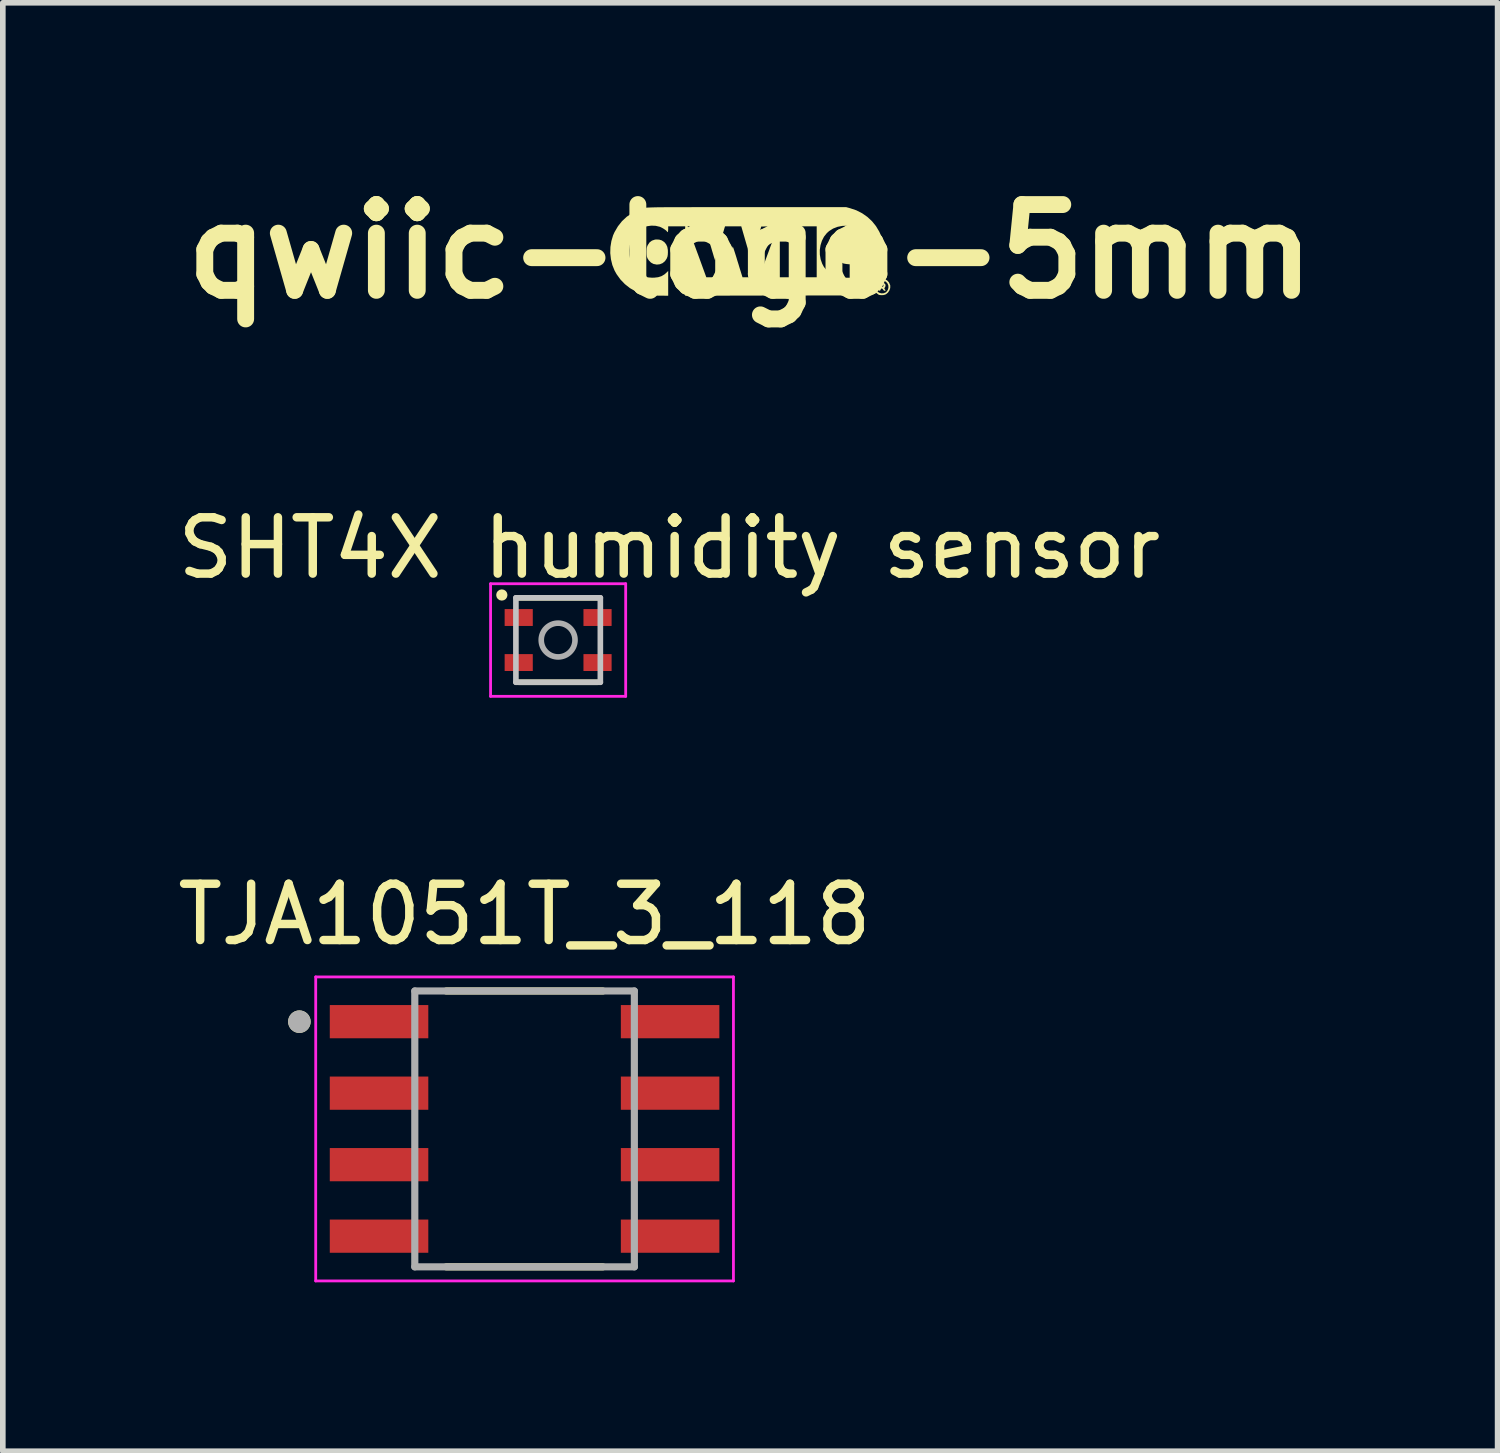
<source format=kicad_pcb>
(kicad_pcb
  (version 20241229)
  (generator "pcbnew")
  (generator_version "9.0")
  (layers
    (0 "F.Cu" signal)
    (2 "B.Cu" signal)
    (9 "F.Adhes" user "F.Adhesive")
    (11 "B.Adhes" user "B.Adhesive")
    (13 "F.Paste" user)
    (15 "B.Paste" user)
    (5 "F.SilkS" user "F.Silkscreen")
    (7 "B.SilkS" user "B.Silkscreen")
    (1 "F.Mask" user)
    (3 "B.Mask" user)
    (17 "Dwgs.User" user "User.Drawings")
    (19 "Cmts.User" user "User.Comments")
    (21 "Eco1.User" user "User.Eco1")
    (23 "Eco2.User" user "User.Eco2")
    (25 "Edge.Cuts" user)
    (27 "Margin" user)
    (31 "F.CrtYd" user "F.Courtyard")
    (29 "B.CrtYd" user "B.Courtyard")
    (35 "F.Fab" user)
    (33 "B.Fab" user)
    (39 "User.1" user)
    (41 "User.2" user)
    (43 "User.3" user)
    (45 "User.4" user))
  (footprint "SHT4X humidity sensor"
    (layer "F.Cu")
    (at 6.864 8.319)
    (property "Reference" "SHT4X humidity sensor" (at 1.975 -1.635 0) (layer "F.SilkS") (effects (font (size 1 1) (thickness 0.15))))
    (attr smd)
    (fp_line (start -0.7 -0.75) (end 0.7 -0.75) (stroke (width 0.1) (type solid)) (layer "F.SilkS"))
    (fp_line (start -0.7 0.75) (end 0.7 0.75) (stroke (width 0.1) (type solid)) (layer "F.SilkS"))
    (fp_circle (center -1 -0.8) (end -0.95 -0.8) (stroke (width 0.1) (type solid)) (fill no) (layer "F.SilkS"))
    (fp_line (start -0.75 -0.75) (end -0.75 0.75) (stroke (width 0.1) (type solid)) (layer "Dwgs.User"))
    (fp_line (start -0.75 0.75) (end 0.75 0.75) (stroke (width 0.1) (type solid)) (layer "Dwgs.User"))
    (fp_line (start 0.75 -0.75) (end -0.75 -0.75) (stroke (width 0.1) (type solid)) (layer "Dwgs.User"))
    (fp_line (start 0.75 0.75) (end 0.75 -0.75) (stroke (width 0.1) (type solid)) (layer "Dwgs.User"))
    (fp_line (start -1.2 -1) (end -1.2 1) (stroke (width 0.05) (type solid)) (layer "F.CrtYd"))
    (fp_line (start -1.2 1) (end 1.2 1) (stroke (width 0.05) (type solid)) (layer "F.CrtYd"))
    (fp_line (start 1.2 -1) (end -1.2 -1) (stroke (width 0.05) (type solid)) (layer "F.CrtYd"))
    (fp_line (start 1.2 1) (end 1.2 -1) (stroke (width 0.05) (type solid)) (layer "F.CrtYd"))
    (fp_circle (center 0 0) (end 0.3 0) (stroke (width 0.1) (type solid)) (fill no) (layer "F.Fab"))
    (pad "1" smd rect (at -0.7 -0.4) (size 0.5 0.3) (layers "F.Cu" "F.Mask" "F.Paste"))
    (pad "2" smd rect (at -0.7 0.4) (size 0.5 0.3) (layers "F.Cu" "F.Mask" "F.Paste"))
    (pad "3" smd rect (at 0.7 0.4) (size 0.5 0.3) (layers "F.Cu" "F.Mask" "F.Paste"))
    (pad "4" smd rect (at 0.7 -0.4) (size 0.5 0.3) (layers "F.Cu" "F.Mask" "F.Paste")))
  (footprint "qwiic-logo-5mm"
    (layer "F.Cu")
    (at 10.276 1.418)
    (property "Reference" "qwiic-logo-5mm" (at 0 0 0) (layer "F.SilkS") (effects (font (size 1.524 1.524) (thickness 0.3))))
    (attr board_only exclude_from_pos_files exclude_from_bom)
    (fp_poly (pts (xy -1.618 -0.212) (xy -1.571 -0.198) (xy -1.529 -0.17) (xy -1.525 -0.167) (xy -1.494 -0.129) (xy -1.473 -0.084) (xy -1.463 -0.028) (xy -1.462 0.013) (xy -1.464 0.056) (xy -1.469 0.088) (xy -1.48 0.117) (xy -1.482 0.123) (xy -1.514 0.171) (xy -1.556 0.206) (xy -1.605 0.226) (xy -1.659 0.232) (xy -1.715 0.221) (xy -1.719 0.22) (xy -1.763 0.196) (xy -1.801 0.157) (xy -1.822 0.125) (xy -1.831 0.104) (xy -1.837 0.082) (xy -1.84 0.052) (xy -1.841 0.01) (xy -1.841 0.008) (xy -1.84 -0.033) (xy -1.838 -0.062) (xy -1.832 -0.085) (xy -1.823 -0.108) (xy -1.819 -0.116) (xy -1.787 -0.163) (xy -1.745 -0.194) (xy -1.695 -0.211) (xy -1.674 -0.214)) (stroke (width 0) (type solid)) (fill yes) (layer "F.SilkS"))
    (fp_poly (pts (xy 2.366 0.557) (xy 2.391 0.571) (xy 2.404 0.592) (xy 2.402 0.618) (xy 2.392 0.637) (xy 2.383 0.652) (xy 2.385 0.663) (xy 2.392 0.672) (xy 2.404 0.688) (xy 2.402 0.696) (xy 2.388 0.698) (xy 2.371 0.691) (xy 2.361 0.677) (xy 2.348 0.66) (xy 2.333 0.656) (xy 2.321 0.664) (xy 2.318 0.675) (xy 2.31 0.691) (xy 2.3 0.697) (xy 2.293 0.696) (xy 2.288 0.69) (xy 2.286 0.674) (xy 2.285 0.645) (xy 2.285 0.626) (xy 2.285 0.604) (xy 2.319 0.604) (xy 2.321 0.622) (xy 2.329 0.628) (xy 2.343 0.628) (xy 2.361 0.622) (xy 2.367 0.608) (xy 2.367 0.604) (xy 2.363 0.587) (xy 2.348 0.58) (xy 2.343 0.579) (xy 2.327 0.579) (xy 2.32 0.588) (xy 2.319 0.604) (xy 2.285 0.604) (xy 2.285 0.552) (xy 2.328 0.552)) (stroke (width 0) (type solid)) (fill yes) (layer "F.SilkS"))
    (fp_poly (pts (xy 2.391 0.491) (xy 2.433 0.513) (xy 2.465 0.548) (xy 2.485 0.594) (xy 2.488 0.605) (xy 2.487 0.648) (xy 2.473 0.69) (xy 2.448 0.728) (xy 2.414 0.757) (xy 2.4 0.764) (xy 2.368 0.773) (xy 2.332 0.775) (xy 2.299 0.772) (xy 2.28 0.766) (xy 2.239 0.735) (xy 2.211 0.697) (xy 2.195 0.654) (xy 2.194 0.63) (xy 2.229 0.63) (xy 2.23 0.66) (xy 2.234 0.68) (xy 2.245 0.697) (xy 2.256 0.708) (xy 2.29 0.731) (xy 2.329 0.743) (xy 2.369 0.741) (xy 2.405 0.727) (xy 2.416 0.719) (xy 2.443 0.684) (xy 2.455 0.645) (xy 2.454 0.605) (xy 2.439 0.568) (xy 2.412 0.538) (xy 2.374 0.517) (xy 2.373 0.516) (xy 2.333 0.512) (xy 2.293 0.523) (xy 2.257 0.549) (xy 2.254 0.552) (xy 2.239 0.57) (xy 2.232 0.588) (xy 2.229 0.612) (xy 2.229 0.63) (xy 2.194 0.63) (xy 2.194 0.61) (xy 2.207 0.567) (xy 2.227 0.538) (xy 2.262 0.505) (xy 2.299 0.488) (xy 2.341 0.483)) (stroke (width 0) (type solid)) (fill yes) (layer "F.SilkS"))
    (fp_poly (pts (xy 1.776 -0.769) (xy 1.886 -0.732) (xy 1.988 -0.68) (xy 2.081 -0.615) (xy 2.164 -0.538) (xy 2.234 -0.451) (xy 2.292 -0.354) (xy 2.308 -0.319) (xy 2.331 -0.261) (xy 2.348 -0.208) (xy 2.359 -0.155) (xy 2.366 -0.097) (xy 2.369 -0.038) (xy 2.367 0.075) (xy 2.352 0.178) (xy 2.323 0.275) (xy 2.279 0.368) (xy 2.241 0.431) (xy 2.17 0.522) (xy 2.086 0.602) (xy 1.992 0.669) (xy 1.888 0.722) (xy 1.775 0.761) (xy 1.775 0.761) (xy 1.703 0.78) (xy 0.274 0.782) (xy -1.155 0.785) (xy -1.155 -0.448) (xy -1.112 -0.448) (xy -1.096 -0.407) (xy -1.09 -0.391) (xy -1.079 -0.361) (xy -1.063 -0.317) (xy -1.043 -0.263) (xy -1.02 -0.2) (xy -0.994 -0.128) (xy -0.966 -0.052) (xy -0.936 0.03) (xy -0.93 0.045) (xy -0.78 0.457) (xy -0.484 0.457) (xy -0.445 0.334) (xy -0.429 0.281) (xy -0.409 0.218) (xy -0.388 0.152) (xy -0.369 0.089) (xy -0.361 0.065) (xy -0.346 0.017) (xy -0.333 -0.025) (xy -0.322 -0.058) (xy -0.314 -0.08) (xy -0.311 -0.088) (xy -0.307 -0.082) (xy -0.299 -0.061) (xy -0.288 -0.029) (xy -0.274 0.014) (xy -0.258 0.064) (xy -0.246 0.102) (xy -0.228 0.163) (xy -0.209 0.223) (xy -0.192 0.28) (xy -0.177 0.329) (xy -0.165 0.366) (xy -0.162 0.377) (xy -0.137 0.457) (xy 0.16 0.457) (xy 0.526 0.457) (xy 0.828 0.457) (xy 0.879 0.457) (xy 1.181 0.457) (xy 1.181 -0.029) (xy 1.236 -0.029) (xy 1.237 0.055) (xy 1.251 0.138) (xy 1.279 0.217) (xy 1.309 0.273) (xy 1.361 0.338) (xy 1.424 0.39) (xy 1.497 0.429) (xy 1.58 0.453) (xy 1.673 0.464) (xy 1.692 0.465) (xy 1.767 0.466) (xy 1.767 0.227) (xy 1.711 0.222) (xy 1.659 0.213) (xy 1.618 0.193) (xy 1.586 0.161) (xy 1.564 0.123) (xy 1.544 0.068) (xy 1.538 0.009) (xy 1.543 -0.049) (xy 1.559 -0.103) (xy 1.587 -0.149) (xy 1.604 -0.167) (xy 1.646 -0.196) (xy 1.694 -0.212) (xy 1.736 -0.214) (xy 1.763 -0.211) (xy 1.766 -0.334) (xy 1.768 -0.457) (xy 1.74 -0.458) (xy 1.642 -0.456) (xy 1.552 -0.439) (xy 1.472 -0.408) (xy 1.401 -0.363) (xy 1.361 -0.327) (xy 1.311 -0.264) (xy 1.274 -0.192) (xy 1.249 -0.113) (xy 1.236 -0.029) (xy 1.181 -0.029) (xy 1.181 -0.448) (xy 0.879 -0.448) (xy 0.879 0.457) (xy 0.828 0.457) (xy 0.828 -0.448) (xy 0.526 -0.448) (xy 0.526 0.457) (xy 0.16 0.457) (xy 0.301 0.071) (xy 0.331 -0.009) (xy 0.359 -0.087) (xy 0.386 -0.159) (xy 0.41 -0.225) (xy 0.431 -0.283) (xy 0.448 -0.329) (xy 0.46 -0.364) (xy 0.467 -0.382) (xy 0.491 -0.449) (xy 0.344 -0.446) (xy 0.196 -0.444) (xy 0.109 -0.149) (xy 0.089 -0.081) (xy 0.07 -0.018) (xy 0.054 0.037) (xy 0.039 0.083) (xy 0.028 0.118) (xy 0.021 0.139) (xy 0.018 0.146) (xy 0.014 0.138) (xy 0.007 0.116) (xy -0.004 0.08) (xy -0.019 0.033) (xy -0.035 -0.022) (xy -0.054 -0.085) (xy -0.073 -0.151) (xy -0.159 -0.448) (xy -0.447 -0.448) (xy -0.456 -0.42) (xy -0.461 -0.404) (xy -0.47 -0.372) (xy -0.484 -0.327) (xy -0.501 -0.268) (xy -0.521 -0.198) (xy -0.544 -0.117) (xy -0.57 -0.027) (xy -0.599 0.071) (xy -0.61 0.111) (xy -0.624 0.158) (xy -0.634 0.128) (xy -0.639 0.113) (xy -0.648 0.084) (xy -0.66 0.042) (xy -0.676 -0.01) (xy -0.693 -0.069) (xy -0.713 -0.134) (xy -0.725 -0.175) (xy -0.805 -0.448) (xy -1.112 -0.448) (xy -1.155 -0.448) (xy -1.457 -0.448) (xy -1.457 -0.397) (xy -1.459 -0.367) (xy -1.464 -0.349) (xy -1.471 -0.344) (xy -1.479 -0.355) (xy -1.48 -0.358) (xy -1.49 -0.37) (xy -1.512 -0.387) (xy -1.54 -0.406) (xy -1.57 -0.423) (xy -1.597 -0.436) (xy -1.604 -0.439) (xy -1.68 -0.457) (xy -1.757 -0.46) (xy -1.834 -0.449) (xy -1.906 -0.424) (xy -1.973 -0.387) (xy -2.031 -0.338) (xy -2.078 -0.279) (xy -2.089 -0.26) (xy -2.119 -0.189) (xy -2.138 -0.11) (xy -2.146 -0.025) (xy -2.144 0.062) (xy -2.131 0.146) (xy -2.107 0.223) (xy -2.089 0.261) (xy -2.058 0.308) (xy -2.018 0.353) (xy -1.973 0.393) (xy -1.928 0.422) (xy -1.921 0.425) (xy -1.865 0.448) (xy -1.807 0.46) (xy -1.744 0.465) (xy -1.703 0.464) (xy -1.634 0.456) (xy -1.575 0.437) (xy -1.523 0.406) (xy -1.492 0.379) (xy -1.457 0.345) (xy -1.457 0.785) (xy -1.606 0.784) (xy -1.661 0.783) (xy -1.716 0.781) (xy -1.766 0.778) (xy -1.807 0.774) (xy -1.824 0.772) (xy -1.935 0.746) (xy -2.04 0.705) (xy -2.138 0.649) (xy -2.226 0.579) (xy -2.305 0.497) (xy -2.373 0.403) (xy -2.41 0.337) (xy -2.449 0.24) (xy -2.474 0.136) (xy -2.486 0.029) (xy -2.483 -0.08) (xy -2.466 -0.186) (xy -2.436 -0.287) (xy -2.41 -0.345) (xy -2.349 -0.449) (xy -2.277 -0.54) (xy -2.193 -0.618) (xy -2.098 -0.683) (xy -1.993 -0.735) (xy -1.876 -0.773) (xy -1.873 -0.774) (xy -1.865 -0.776) (xy -1.856 -0.777) (xy -1.845 -0.779) (xy -1.831 -0.78) (xy -1.813 -0.781) (xy -1.791 -0.782) (xy -1.764 -0.783) (xy -1.73 -0.784) (xy -1.691 -0.785) (xy -1.644 -0.786) (xy -1.589 -0.786) (xy -1.526 -0.787) (xy -1.453 -0.787) (xy -1.37 -0.788) (xy -1.277 -0.788) (xy -1.171 -0.788) (xy -1.054 -0.788) (xy -0.923 -0.789) (xy -0.779 -0.789) (xy -0.621 -0.789) (xy -0.447 -0.789) (xy -0.258 -0.789) (xy -0.056 -0.789) (xy 1.703 -0.789)) (stroke (width 0) (type solid)) (fill yes) (layer "F.SilkS")))
  (footprint "TJA1051T_3_118"
    (layer "F.Cu")
    (at 6.268 17.003)
    (property "Reference" "TJA1051T_3_118" (at 0 -3.81 0) (layer "F.SilkS") (effects (font (size 1 1) (thickness 0.15))))
    (attr smd)
    (fp_line (start -1.39 -2.45) (end 1.39 -2.45) (stroke (width 0.127) (type solid)) (layer "F.SilkS"))
    (fp_line (start -1.39 2.45) (end 1.39 2.45) (stroke (width 0.127) (type solid)) (layer "F.SilkS"))
    (fp_circle (center -4 -1.905) (end -3.9 -1.905) (stroke (width 0.2) (type solid)) (fill no) (layer "F.SilkS"))
    (fp_line (start -3.71 -2.7) (end 3.71 -2.7) (stroke (width 0.05) (type solid)) (layer "F.CrtYd"))
    (fp_line (start -3.71 2.7) (end -3.71 -2.7) (stroke (width 0.05) (type solid)) (layer "F.CrtYd"))
    (fp_line (start 3.71 -2.7) (end 3.71 2.7) (stroke (width 0.05) (type solid)) (layer "F.CrtYd"))
    (fp_line (start 3.71 2.7) (end -3.71 2.7) (stroke (width 0.05) (type solid)) (layer "F.CrtYd"))
    (fp_line (start -1.95 -2.45) (end -1.95 2.45) (stroke (width 0.127) (type solid)) (layer "F.Fab"))
    (fp_line (start -1.95 2.45) (end 1.95 2.45) (stroke (width 0.127) (type solid)) (layer "F.Fab"))
    (fp_line (start 1.95 -2.45) (end -1.95 -2.45) (stroke (width 0.127) (type solid)) (layer "F.Fab"))
    (fp_line (start 1.95 2.45) (end 1.95 -2.45) (stroke (width 0.127) (type solid)) (layer "F.Fab"))
    (fp_circle (center -4 -1.905) (end -3.9 -1.905) (stroke (width 0.2) (type solid)) (fill no) (layer "F.Fab"))
    (pad "1" smd rect (at -2.585 -1.905) (size 1.75 0.59) (layers "F.Cu" "F.Mask" "F.Paste"))
    (pad "2" smd rect (at -2.585 -0.635) (size 1.75 0.59) (layers "F.Cu" "F.Mask" "F.Paste"))
    (pad "3" smd rect (at -2.585 0.635) (size 1.75 0.59) (layers "F.Cu" "F.Mask" "F.Paste"))
    (pad "4" smd rect (at -2.585 1.905) (size 1.75 0.59) (layers "F.Cu" "F.Mask" "F.Paste"))
    (pad "5" smd rect (at 2.585 1.905) (size 1.75 0.59) (layers "F.Cu" "F.Mask" "F.Paste"))
    (pad "6" smd rect (at 2.585 0.635) (size 1.75 0.59) (layers "F.Cu" "F.Mask" "F.Paste"))
    (pad "7" smd rect (at 2.585 -0.635) (size 1.75 0.59) (layers "F.Cu" "F.Mask" "F.Paste"))
    (pad "8" smd rect (at 2.585 -1.905) (size 1.75 0.59) (layers "F.Cu" "F.Mask" "F.Paste")))
  (gr_rect
    (start -3 -3)
    (end 23.552 22.728)
    (stroke (width 0.1) (type default))
    (fill no)
    (layer "Edge.Cuts")))
</source>
